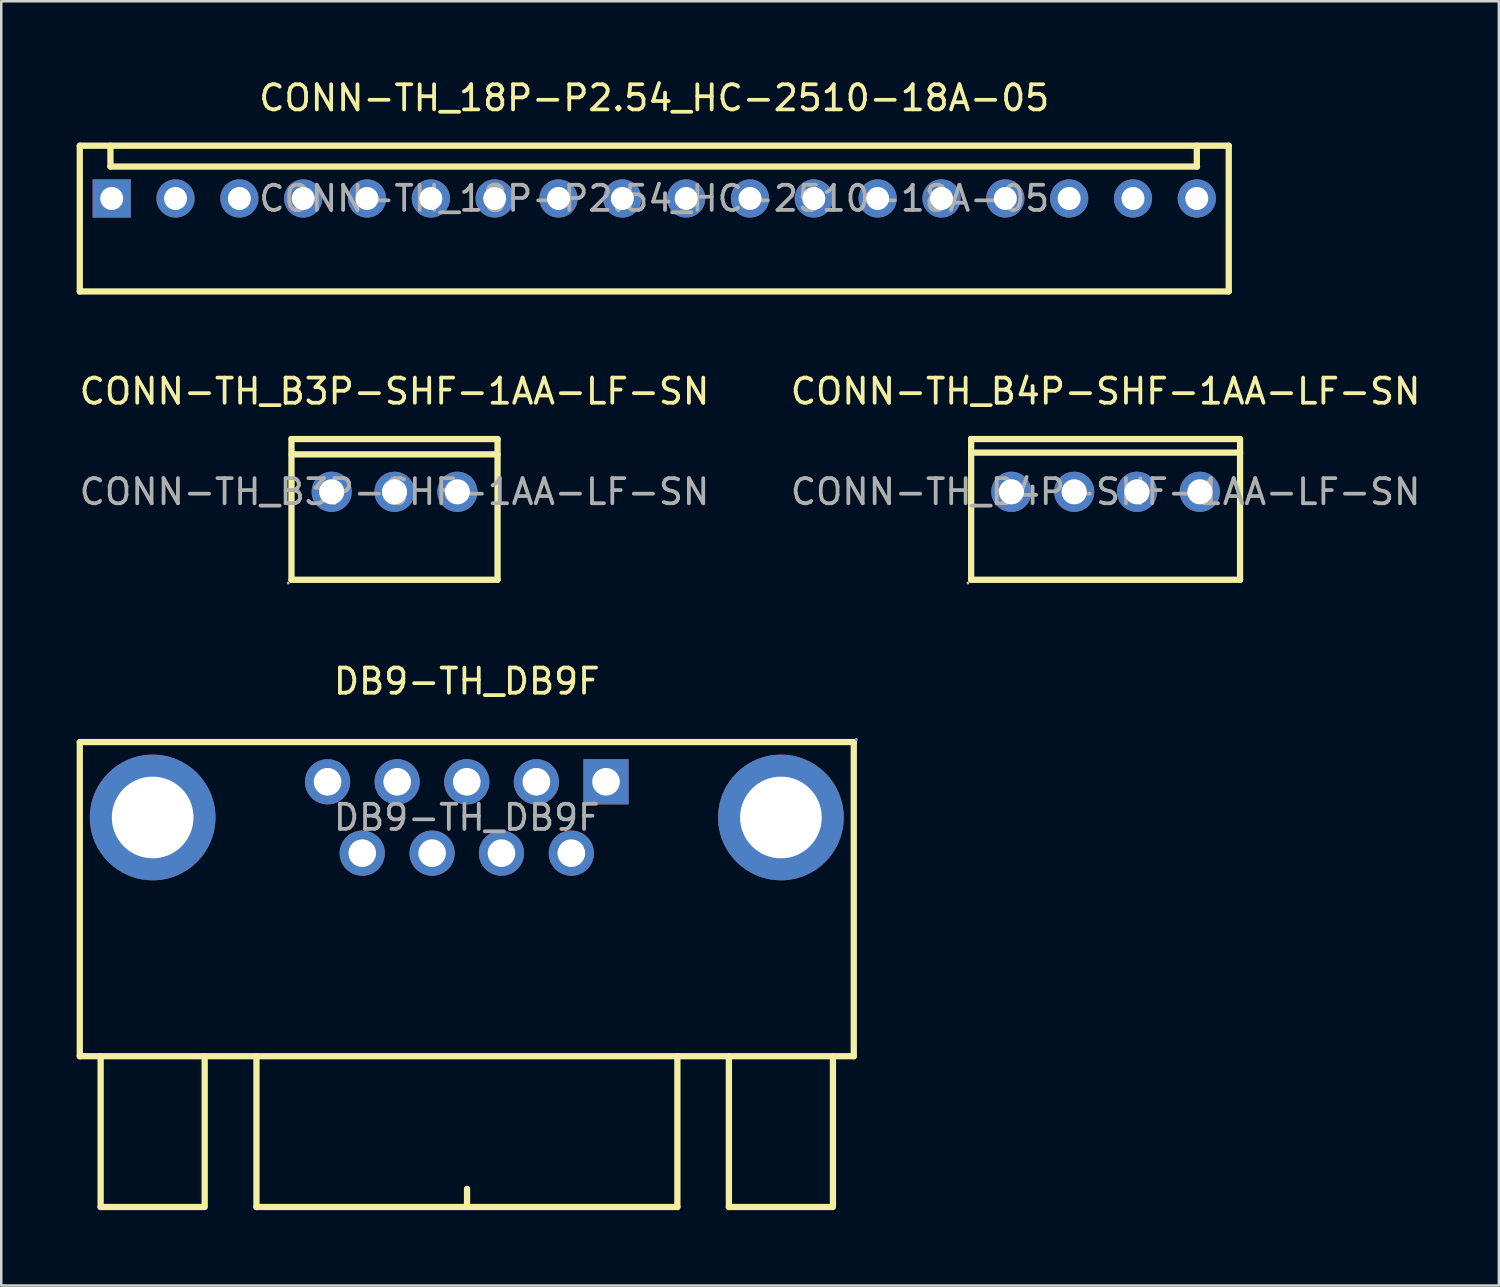
<source format=kicad_pcb>
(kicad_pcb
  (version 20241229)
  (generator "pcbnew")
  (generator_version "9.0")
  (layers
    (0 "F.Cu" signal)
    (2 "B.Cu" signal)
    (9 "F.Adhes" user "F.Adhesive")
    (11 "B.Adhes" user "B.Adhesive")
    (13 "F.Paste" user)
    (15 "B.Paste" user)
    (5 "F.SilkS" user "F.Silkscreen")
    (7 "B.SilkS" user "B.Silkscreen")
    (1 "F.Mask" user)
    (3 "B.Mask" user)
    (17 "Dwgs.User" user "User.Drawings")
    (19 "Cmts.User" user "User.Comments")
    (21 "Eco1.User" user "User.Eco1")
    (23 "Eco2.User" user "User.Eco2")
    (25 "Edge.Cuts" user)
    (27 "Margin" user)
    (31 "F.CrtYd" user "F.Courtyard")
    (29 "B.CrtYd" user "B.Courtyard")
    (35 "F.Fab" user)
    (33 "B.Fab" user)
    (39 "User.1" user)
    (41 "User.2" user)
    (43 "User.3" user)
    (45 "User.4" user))
  (footprint "CONN-TH_B3P-SHF-1AA-LF-SN"
    (layer "F.Cu")
    (at 12.649 16.521)
    (property "Reference" "CONN-TH_B3P-SHF-1AA-LF-SN" (at 0 -4 0) (layer "F.SilkS") (effects (font (size 1 1) (thickness 0.15))))
    (attr through_hole)
    (fp_line (start -4.1 -2.1) (end -4.1 3.5) (stroke (width 0.25) (type solid)) (layer "F.SilkS"))
    (fp_line (start -4.1 -2.1) (end 4.1 -2.1) (stroke (width 0.25) (type solid)) (layer "F.SilkS"))
    (fp_line (start -4.1 3.5) (end 4.1 3.5) (stroke (width 0.25) (type solid)) (layer "F.SilkS"))
    (fp_line (start 4.1 -2.1) (end 4.1 3.5) (stroke (width 0.25) (type solid)) (layer "F.SilkS"))
    (fp_line (start 4.1 -1.49) (end -4.1 -1.49) (stroke (width 0.25) (type solid)) (layer "F.SilkS"))
    (fp_circle (center -4.23 3.63) (end -4.2 3.63) (stroke (width 0.06) (type solid)) (fill no) (layer "F.Fab"))
    (fp_circle (center -2.5 0) (end -2.3 0) (stroke (width 0.4) (type solid)) (fill no) (layer "F.Fab"))
    (fp_circle (center 0 0) (end 0.2 0) (stroke (width 0.4) (type solid)) (fill no) (layer "F.Fab"))
    (fp_circle (center 2.5 0) (end 2.7 0) (stroke (width 0.4) (type solid)) (fill no) (layer "F.Fab"))
    (fp_text user "${REFERENCE}" (at 0 0 0) (layer "F.Fab") (effects (font (size 1 1) (thickness 0.15))))
    (pad "1" thru_hole circle (at -2.5 0 90) (size 1.6 1.6) (drill 1) (layers "*.Cu" "*.Mask"))
    (pad "2" thru_hole circle (at 0 0 90) (size 1.6 1.6) (drill 1) (layers "*.Cu" "*.Mask"))
    (pad "3" thru_hole circle (at 2.5 0 90) (size 1.6 1.6) (drill 1) (layers "*.Cu" "*.Mask")))
  (footprint "CONN-TH_18P-P2.54_HC-2510-18A-05"
    (layer "F.Cu")
    (at 22.985 4.848)
    (property "Reference" "CONN-TH_18P-P2.54_HC-2510-18A-05" (at 0 -4 0) (layer "F.SilkS") (effects (font (size 1 1) (thickness 0.15))))
    (attr through_hole)
    (fp_line (start -22.86 -2.1) (end -22.86 3.7) (stroke (width 0.25) (type solid)) (layer "F.SilkS"))
    (fp_line (start -22.86 -2.1) (end 22.86 -2.1) (stroke (width 0.25) (type solid)) (layer "F.SilkS"))
    (fp_line (start -22.86 3.7) (end 22.86 3.7) (stroke (width 0.25) (type solid)) (layer "F.SilkS"))
    (fp_line (start -21.64 -2.1) (end -21.64 -1.27) (stroke (width 0.25) (type solid)) (layer "F.SilkS"))
    (fp_line (start -21.64 -1.27) (end 21.6 -1.27) (stroke (width 0.25) (type solid)) (layer "F.SilkS"))
    (fp_line (start 21.59 -1.27) (end 21.59 -2.1) (stroke (width 0.25) (type solid)) (layer "F.SilkS"))
    (fp_line (start 22.86 -2.1) (end 22.86 3.7) (stroke (width 0.25) (type solid)) (layer "F.SilkS"))
    (fp_text user "${REFERENCE}" (at 0 0 0) (layer "F.Fab") (effects (font (size 1 1) (thickness 0.15))))
    (pad "1" thru_hole rect (at -21.59 0) (size 1.52 1.52) (drill 0.914) (layers "*.Cu" "*.Mask"))
    (pad "2" thru_hole circle (at -19.05 0) (size 1.52 1.52) (drill 0.914) (layers "*.Cu" "*.Mask"))
    (pad "3" thru_hole circle (at -16.51 0) (size 1.52 1.52) (drill 0.914) (layers "*.Cu" "*.Mask"))
    (pad "4" thru_hole circle (at -13.97 0) (size 1.52 1.52) (drill 0.914) (layers "*.Cu" "*.Mask"))
    (pad "5" thru_hole circle (at -11.43 0) (size 1.52 1.52) (drill 0.914) (layers "*.Cu" "*.Mask"))
    (pad "6" thru_hole circle (at -8.89 0) (size 1.52 1.52) (drill 0.914) (layers "*.Cu" "*.Mask"))
    (pad "7" thru_hole circle (at -6.35 0) (size 1.52 1.52) (drill 0.914) (layers "*.Cu" "*.Mask"))
    (pad "8" thru_hole circle (at -3.81 0) (size 1.52 1.52) (drill 0.914) (layers "*.Cu" "*.Mask"))
    (pad "9" thru_hole circle (at -1.27 0) (size 1.52 1.52) (drill 0.914) (layers "*.Cu" "*.Mask"))
    (pad "10" thru_hole circle (at 1.27 0) (size 1.52 1.52) (drill 0.914) (layers "*.Cu" "*.Mask"))
    (pad "11" thru_hole circle (at 3.81 0) (size 1.52 1.52) (drill 0.914) (layers "*.Cu" "*.Mask"))
    (pad "12" thru_hole circle (at 6.35 0) (size 1.52 1.52) (drill 0.914) (layers "*.Cu" "*.Mask"))
    (pad "13" thru_hole circle (at 8.89 0) (size 1.52 1.52) (drill 0.914) (layers "*.Cu" "*.Mask"))
    (pad "14" thru_hole circle (at 11.43 0) (size 1.52 1.52) (drill 0.914) (layers "*.Cu" "*.Mask"))
    (pad "15" thru_hole circle (at 13.97 0) (size 1.52 1.52) (drill 0.914) (layers "*.Cu" "*.Mask"))
    (pad "16" thru_hole circle (at 16.51 0) (size 1.52 1.52) (drill 0.914) (layers "*.Cu" "*.Mask"))
    (pad "17" thru_hole circle (at 19.05 0) (size 1.52 1.52) (drill 0.914) (layers "*.Cu" "*.Mask"))
    (pad "18" thru_hole circle (at 21.59 0) (size 1.52 1.52) (drill 0.914) (layers "*.Cu" "*.Mask")))
  (footprint "CONN-TH_B4P-SHF-1AA-LF-SN"
    (layer "F.Cu")
    (at 40.946 16.521)
    (property "Reference" "CONN-TH_B4P-SHF-1AA-LF-SN" (at 0 -4 0) (layer "F.SilkS") (effects (font (size 1 1) (thickness 0.15))))
    (attr through_hole)
    (fp_line (start -5.35 -2.1) (end -5.35 3.5) (stroke (width 0.25) (type solid)) (layer "F.SilkS"))
    (fp_line (start -5.35 -2.1) (end 5.35 -2.1) (stroke (width 0.25) (type solid)) (layer "F.SilkS"))
    (fp_line (start -5.35 -1.56) (end 5.35 -1.56) (stroke (width 0.25) (type solid)) (layer "F.SilkS"))
    (fp_line (start -5.35 3.5) (end 5.35 3.5) (stroke (width 0.25) (type solid)) (layer "F.SilkS"))
    (fp_line (start 5.35 -2.1) (end 5.35 3.5) (stroke (width 0.25) (type solid)) (layer "F.SilkS"))
    (fp_circle (center -5.48 3.63) (end -5.45 3.63) (stroke (width 0.06) (type solid)) (fill no) (layer "F.Fab"))
    (fp_circle (center -3.75 0) (end -3.55 0) (stroke (width 0.4) (type solid)) (fill no) (layer "F.Fab"))
    (fp_circle (center -1.25 0) (end -1.05 0) (stroke (width 0.4) (type solid)) (fill no) (layer "F.Fab"))
    (fp_circle (center 1.25 0) (end 1.45 0) (stroke (width 0.4) (type solid)) (fill no) (layer "F.Fab"))
    (fp_circle (center 3.75 0) (end 3.95 0) (stroke (width 0.4) (type solid)) (fill no) (layer "F.Fab"))
    (fp_text user "${REFERENCE}" (at 0 0 0) (layer "F.Fab") (effects (font (size 1 1) (thickness 0.15))))
    (pad "1" thru_hole circle (at -3.75 0 90) (size 1.6 1.6) (drill 1) (layers "*.Cu" "*.Mask"))
    (pad "2" thru_hole circle (at -1.25 0 90) (size 1.6 1.6) (drill 1) (layers "*.Cu" "*.Mask"))
    (pad "3" thru_hole circle (at 1.25 0 90) (size 1.6 1.6) (drill 1) (layers "*.Cu" "*.Mask"))
    (pad "4" thru_hole circle (at 3.75 0 90) (size 1.6 1.6) (drill 1) (layers "*.Cu" "*.Mask")))
  (footprint "DB9-TH_DB9F"
    (layer "F.Cu")
    (at 15.525 29.48)
    (property "Reference" "DB9-TH_DB9F" (at 0 -5.42 0) (layer "F.SilkS") (effects (font (size 1 1) (thickness 0.15))))
    (attr through_hole)
    (fp_line (start -15.4 -3) (end -15.4 9.5) (stroke (width 0.25) (type solid)) (layer "F.SilkS"))
    (fp_line (start -15.4 9.5) (end 15.4 9.5) (stroke (width 0.25) (type solid)) (layer "F.SilkS"))
    (fp_line (start -14.57 9.5) (end -14.57 15.5) (stroke (width 0.25) (type solid)) (layer "F.SilkS"))
    (fp_line (start -14.57 15.5) (end -10.46 15.5) (stroke (width 0.25) (type solid)) (layer "F.SilkS"))
    (fp_line (start -10.43 9.5) (end -10.43 15.5) (stroke (width 0.25) (type solid)) (layer "F.SilkS"))
    (fp_line (start -8.37 9.5) (end -8.37 15.5) (stroke (width 0.25) (type solid)) (layer "F.SilkS"))
    (fp_line (start -8.37 15.5) (end 8.38 15.5) (stroke (width 0.25) (type solid)) (layer "F.SilkS"))
    (fp_line (start 0.01 14.78) (end 0.01 15.48) (stroke (width 0.25) (type solid)) (layer "F.SilkS"))
    (fp_line (start 8.38 15.5) (end 8.38 9.5) (stroke (width 0.25) (type solid)) (layer "F.SilkS"))
    (fp_line (start 10.43 15.5) (end 10.43 9.5) (stroke (width 0.25) (type solid)) (layer "F.SilkS"))
    (fp_line (start 14.54 15.5) (end 10.43 15.5) (stroke (width 0.25) (type solid)) (layer "F.SilkS"))
    (fp_line (start 14.57 9.5) (end 14.57 15.5) (stroke (width 0.25) (type solid)) (layer "F.SilkS"))
    (fp_line (start 15.4 -3) (end -15.4 -3) (stroke (width 0.25) (type solid)) (layer "F.SilkS"))
    (fp_line (start 15.4 9.5) (end 15.4 -3) (stroke (width 0.25) (type solid)) (layer "F.SilkS"))
    (fp_circle (center 15.5 -3.1) (end 15.53 -3.1) (stroke (width 0.06) (type solid)) (fill no) (layer "F.Fab"))
    (fp_text user "${REFERENCE}" (at 0 0 0) (layer "F.Fab") (effects (font (size 1 1) (thickness 0.15))))
    (pad "1" thru_hole rect (at 5.54 -1.42) (size 1.8 1.8) (drill 1.1) (layers "*.Cu" "*.Mask"))
    (pad "2" thru_hole circle (at 2.77 -1.42) (size 1.8 1.8) (drill 1.1) (layers "*.Cu" "*.Mask"))
    (pad "3" thru_hole circle (at 0 -1.42) (size 1.8 1.8) (drill 1.1) (layers "*.Cu" "*.Mask"))
    (pad "4" thru_hole circle (at -2.77 -1.42) (size 1.8 1.8) (drill 1.1) (layers "*.Cu" "*.Mask"))
    (pad "5" thru_hole circle (at -5.54 -1.42) (size 1.8 1.8) (drill 1.1) (layers "*.Cu" "*.Mask"))
    (pad "6" thru_hole circle (at 4.16 1.42) (size 1.8 1.8) (drill 1.1) (layers "*.Cu" "*.Mask"))
    (pad "7" thru_hole circle (at 1.38 1.42) (size 1.8 1.8) (drill 1.1) (layers "*.Cu" "*.Mask"))
    (pad "8" thru_hole circle (at -1.38 1.42) (size 1.8 1.8) (drill 1.1) (layers "*.Cu" "*.Mask"))
    (pad "9" thru_hole circle (at -4.16 1.42) (size 1.8 1.8) (drill 1.1) (layers "*.Cu" "*.Mask"))
    (pad "10" thru_hole circle (at -12.5 0) (size 5 5) (drill 3.25) (layers "*.Cu" "*.Mask"))
    (pad "11" thru_hole circle (at 12.5 0) (size 5 5) (drill 3.25) (layers "*.Cu" "*.Mask")))
  (gr_rect
    (start -3 -3)
    (end 56.595 48.105)
    (stroke (width 0.1) (type default))
    (fill no)
    (layer "Edge.Cuts")))
</source>
